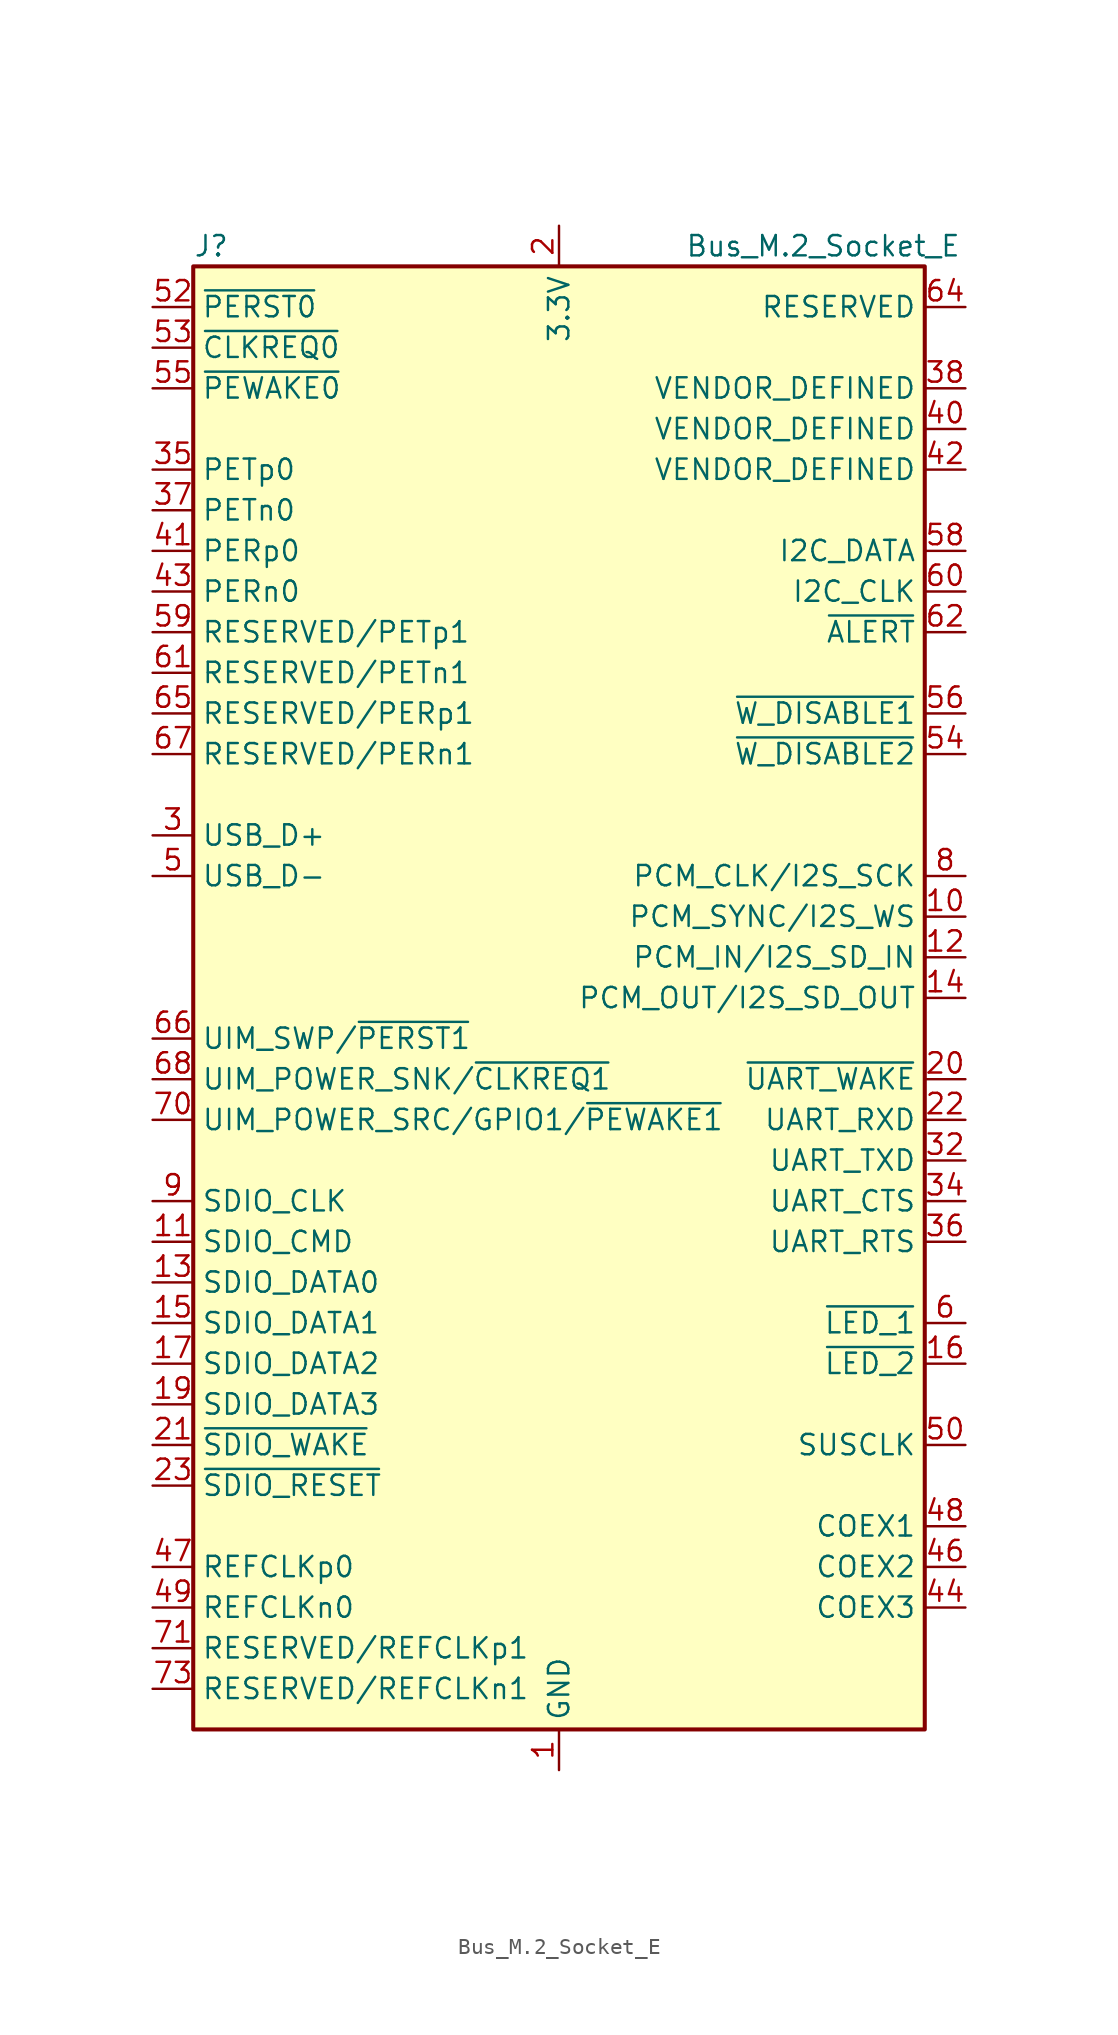
<source format=kicad_sym>
(kicad_symbol_lib
  (version 20201005)
  (generator kicad_symbol_editor)
  (symbol "Connector:Bus_M.2_Socket_E"
    (property "Reference" "J"
      (at -22.86 46.99 0)
      (effects (font (size 1.27 1.27)) (justify left)))
    (property "Value" "Bus_M.2_Socket_E"
      (at 16.51 46.99 0)
      (effects (font (size 1.27 1.27))))
    (symbol "Bus_M.2_Socket_E_0_1"
      (rectangle (start -22.86 45.72) (end 22.86 -45.72) (stroke (width 0.254)) (fill (type background))))
    (symbol "Bus_M.2_Socket_E_1_1"
      (pin power_in line (at 0 -48.26 90) (length 2.54) (name "GND" (effects (font (size 1.27 1.27)))) (number "1" (effects (font (size 1.27 1.27)))))
      (pin bidirectional line (at 25.4 5.08 180) (length 2.54) (name "PCM_SYNC/I2S_WS" (effects (font (size 1.27 1.27)))) (number "10" (effects (font (size 1.27 1.27)))))
      (pin bidirectional line (at -25.4 -15.24 0) (length 2.54) (name "SDIO_CMD" (effects (font (size 1.27 1.27)))) (number "11" (effects (font (size 1.27 1.27)))))
      (pin input line (at 25.4 2.54 180) (length 2.54) (name "PCM_IN/I2S_SD_IN" (effects (font (size 1.27 1.27)))) (number "12" (effects (font (size 1.27 1.27)))))
      (pin bidirectional line (at -25.4 -17.78 0) (length 2.54) (name "SDIO_DATA0" (effects (font (size 1.27 1.27)))) (number "13" (effects (font (size 1.27 1.27)))))
      (pin output line (at 25.4 0 180) (length 2.54) (name "PCM_OUT/I2S_SD_OUT" (effects (font (size 1.27 1.27)))) (number "14" (effects (font (size 1.27 1.27)))))
      (pin bidirectional line (at -25.4 -20.32 0) (length 2.54) (name "SDIO_DATA1" (effects (font (size 1.27 1.27)))) (number "15" (effects (font (size 1.27 1.27)))))
      (pin open_collector line (at 25.4 -22.86 180) (length 2.54) (name "~LED_2" (effects (font (size 1.27 1.27)))) (number "16" (effects (font (size 1.27 1.27)))))
      (pin bidirectional line (at -25.4 -22.86 0) (length 2.54) (name "SDIO_DATA2" (effects (font (size 1.27 1.27)))) (number "17" (effects (font (size 1.27 1.27)))))
      (pin passive line (at 0 -48.26 90) (length 2.54) hide (name "GND" (effects (font (size 1.27 1.27)))) (number "18" (effects (font (size 1.27 1.27)))))
      (pin bidirectional line (at -25.4 -25.4 0) (length 2.54) (name "SDIO_DATA3" (effects (font (size 1.27 1.27)))) (number "19" (effects (font (size 1.27 1.27)))))
      (pin power_in line (at 0 48.26 270) (length 2.54) (name "3.3V" (effects (font (size 1.27 1.27)))) (number "2" (effects (font (size 1.27 1.27)))))
      (pin input line (at 25.4 -5.08 180) (length 2.54) (name "~UART_WAKE" (effects (font (size 1.27 1.27)))) (number "20" (effects (font (size 1.27 1.27)))))
      (pin input line (at -25.4 -27.94 0) (length 2.54) (name "~SDIO_WAKE" (effects (font (size 1.27 1.27)))) (number "21" (effects (font (size 1.27 1.27)))))
      (pin input line (at 25.4 -7.62 180) (length 2.54) (name "UART_RXD" (effects (font (size 1.27 1.27)))) (number "22" (effects (font (size 1.27 1.27)))))
      (pin output line (at -25.4 -30.48 0) (length 2.54) (name "~SDIO_RESET" (effects (font (size 1.27 1.27)))) (number "23" (effects (font (size 1.27 1.27)))))
      (pin bidirectional line (at -25.4 10.16 0) (length 2.54) (name "USB_D+" (effects (font (size 1.27 1.27)))) (number "3" (effects (font (size 1.27 1.27)))))
      (pin output line (at 25.4 -10.16 180) (length 2.54) (name "UART_TXD" (effects (font (size 1.27 1.27)))) (number "32" (effects (font (size 1.27 1.27)))))
      (pin passive line (at 0 -48.26 90) (length 2.54) hide (name "GND" (effects (font (size 1.27 1.27)))) (number "33" (effects (font (size 1.27 1.27)))))
      (pin input line (at 25.4 -12.7 180) (length 2.54) (name "UART_CTS" (effects (font (size 1.27 1.27)))) (number "34" (effects (font (size 1.27 1.27)))))
      (pin output line (at -25.4 33.02 0) (length 2.54) (name "PETp0" (effects (font (size 1.27 1.27)))) (number "35" (effects (font (size 1.27 1.27)))))
      (pin output line (at 25.4 -15.24 180) (length 2.54) (name "UART_RTS" (effects (font (size 1.27 1.27)))) (number "36" (effects (font (size 1.27 1.27)))))
      (pin output line (at -25.4 30.48 0) (length 2.54) (name "PETn0" (effects (font (size 1.27 1.27)))) (number "37" (effects (font (size 1.27 1.27)))))
      (pin passive line (at 25.4 38.1 180) (length 2.54) (name "VENDOR_DEFINED" (effects (font (size 1.27 1.27)))) (number "38" (effects (font (size 1.27 1.27)))))
      (pin passive line (at 0 -48.26 90) (length 2.54) hide (name "GND" (effects (font (size 1.27 1.27)))) (number "39" (effects (font (size 1.27 1.27)))))
      (pin passive line (at 0 48.26 270) (length 2.54) hide (name "3.3V" (effects (font (size 1.27 1.27)))) (number "4" (effects (font (size 1.27 1.27)))))
      (pin passive line (at 25.4 35.56 180) (length 2.54) (name "VENDOR_DEFINED" (effects (font (size 1.27 1.27)))) (number "40" (effects (font (size 1.27 1.27)))))
      (pin input line (at -25.4 27.94 0) (length 2.54) (name "PERp0" (effects (font (size 1.27 1.27)))) (number "41" (effects (font (size 1.27 1.27)))))
      (pin passive line (at 25.4 33.02 180) (length 2.54) (name "VENDOR_DEFINED" (effects (font (size 1.27 1.27)))) (number "42" (effects (font (size 1.27 1.27)))))
      (pin input line (at -25.4 25.4 0) (length 2.54) (name "PERn0" (effects (font (size 1.27 1.27)))) (number "43" (effects (font (size 1.27 1.27)))))
      (pin bidirectional line (at 25.4 -38.1 180) (length 2.54) (name "COEX3" (effects (font (size 1.27 1.27)))) (number "44" (effects (font (size 1.27 1.27)))))
      (pin passive line (at 0 -48.26 90) (length 2.54) hide (name "GND" (effects (font (size 1.27 1.27)))) (number "45" (effects (font (size 1.27 1.27)))))
      (pin bidirectional line (at 25.4 -35.56 180) (length 2.54) (name "COEX2" (effects (font (size 1.27 1.27)))) (number "46" (effects (font (size 1.27 1.27)))))
      (pin output line (at -25.4 -35.56 0) (length 2.54) (name "REFCLKp0" (effects (font (size 1.27 1.27)))) (number "47" (effects (font (size 1.27 1.27)))))
      (pin bidirectional line (at 25.4 -33.02 180) (length 2.54) (name "COEX1" (effects (font (size 1.27 1.27)))) (number "48" (effects (font (size 1.27 1.27)))))
      (pin output line (at -25.4 -38.1 0) (length 2.54) (name "REFCLKn0" (effects (font (size 1.27 1.27)))) (number "49" (effects (font (size 1.27 1.27)))))
      (pin bidirectional line (at -25.4 7.62 0) (length 2.54) (name "USB_D-" (effects (font (size 1.27 1.27)))) (number "5" (effects (font (size 1.27 1.27)))))
      (pin output line (at 25.4 -27.94 180) (length 2.54) (name "SUSCLK" (effects (font (size 1.27 1.27)))) (number "50" (effects (font (size 1.27 1.27)))))
      (pin passive line (at 0 -48.26 90) (length 2.54) hide (name "GND" (effects (font (size 1.27 1.27)))) (number "51" (effects (font (size 1.27 1.27)))))
      (pin output line (at -25.4 43.18 0) (length 2.54) (name "~PERST0" (effects (font (size 1.27 1.27)))) (number "52" (effects (font (size 1.27 1.27)))))
      (pin bidirectional line (at -25.4 40.64 0) (length 2.54) (name "~CLKREQ0" (effects (font (size 1.27 1.27)))) (number "53" (effects (font (size 1.27 1.27)))))
      (pin output line (at 25.4 15.24 180) (length 2.54) (name "~W_DISABLE2" (effects (font (size 1.27 1.27)))) (number "54" (effects (font (size 1.27 1.27)))))
      (pin bidirectional line (at -25.4 38.1 0) (length 2.54) (name "~PEWAKE0" (effects (font (size 1.27 1.27)))) (number "55" (effects (font (size 1.27 1.27)))))
      (pin output line (at 25.4 17.78 180) (length 2.54) (name "~W_DISABLE1" (effects (font (size 1.27 1.27)))) (number "56" (effects (font (size 1.27 1.27)))))
      (pin passive line (at 0 -48.26 90) (length 2.54) hide (name "GND" (effects (font (size 1.27 1.27)))) (number "57" (effects (font (size 1.27 1.27)))))
      (pin bidirectional line (at 25.4 27.94 180) (length 2.54) (name "I2C_DATA" (effects (font (size 1.27 1.27)))) (number "58" (effects (font (size 1.27 1.27)))))
      (pin output line (at -25.4 22.86 0) (length 2.54) (name "RESERVED/PETp1" (effects (font (size 1.27 1.27)))) (number "59" (effects (font (size 1.27 1.27)))))
      (pin open_collector line (at 25.4 -20.32 180) (length 2.54) (name "~LED_1" (effects (font (size 1.27 1.27)))) (number "6" (effects (font (size 1.27 1.27)))))
      (pin output line (at 25.4 25.4 180) (length 2.54) (name "I2C_CLK" (effects (font (size 1.27 1.27)))) (number "60" (effects (font (size 1.27 1.27)))))
      (pin output line (at -25.4 20.32 0) (length 2.54) (name "RESERVED/PETn1" (effects (font (size 1.27 1.27)))) (number "61" (effects (font (size 1.27 1.27)))))
      (pin input line (at 25.4 22.86 180) (length 2.54) (name "~ALERT" (effects (font (size 1.27 1.27)))) (number "62" (effects (font (size 1.27 1.27)))))
      (pin passive line (at 0 -48.26 90) (length 2.54) hide (name "GND" (effects (font (size 1.27 1.27)))) (number "63" (effects (font (size 1.27 1.27)))))
      (pin passive line (at 25.4 43.18 180) (length 2.54) (name "RESERVED" (effects (font (size 1.27 1.27)))) (number "64" (effects (font (size 1.27 1.27)))))
      (pin input line (at -25.4 17.78 0) (length 2.54) (name "RESERVED/PERp1" (effects (font (size 1.27 1.27)))) (number "65" (effects (font (size 1.27 1.27)))))
      (pin output line (at -25.4 -2.54 0) (length 2.54) (name "UIM_SWP/~PERST1" (effects (font (size 1.27 1.27)))) (number "66" (effects (font (size 1.27 1.27)))))
      (pin input line (at -25.4 15.24 0) (length 2.54) (name "RESERVED/PERn1" (effects (font (size 1.27 1.27)))) (number "67" (effects (font (size 1.27 1.27)))))
      (pin bidirectional line (at -25.4 -5.08 0) (length 2.54) (name "UIM_POWER_SNK/~CLKREQ1" (effects (font (size 1.27 1.27)))) (number "68" (effects (font (size 1.27 1.27)))))
      (pin passive line (at 0 -48.26 90) (length 2.54) hide (name "GND" (effects (font (size 1.27 1.27)))) (number "69" (effects (font (size 1.27 1.27)))))
      (pin passive line (at 0 -48.26 90) (length 2.54) hide (name "GND" (effects (font (size 1.27 1.27)))) (number "7" (effects (font (size 1.27 1.27)))))
      (pin bidirectional line (at -25.4 -7.62 0) (length 2.54) (name "UIM_POWER_SRC/GPIO1/~PEWAKE1" (effects (font (size 1.27 1.27)))) (number "70" (effects (font (size 1.27 1.27)))))
      (pin output line (at -25.4 -40.64 0) (length 2.54) (name "RESERVED/REFCLKp1" (effects (font (size 1.27 1.27)))) (number "71" (effects (font (size 1.27 1.27)))))
      (pin passive line (at 0 48.26 270) (length 2.54) hide (name "3.3V" (effects (font (size 1.27 1.27)))) (number "72" (effects (font (size 1.27 1.27)))))
      (pin output line (at -25.4 -43.18 0) (length 2.54) (name "RESERVED/REFCLKn1" (effects (font (size 1.27 1.27)))) (number "73" (effects (font (size 1.27 1.27)))))
      (pin passive line (at 0 48.26 270) (length 2.54) hide (name "3.3V" (effects (font (size 1.27 1.27)))) (number "74" (effects (font (size 1.27 1.27)))))
      (pin passive line (at 0 -48.26 90) (length 2.54) hide (name "GND" (effects (font (size 1.27 1.27)))) (number "75" (effects (font (size 1.27 1.27)))))
      (pin bidirectional line (at 25.4 7.62 180) (length 2.54) (name "PCM_CLK/I2S_SCK" (effects (font (size 1.27 1.27)))) (number "8" (effects (font (size 1.27 1.27)))))
      (pin output line (at -25.4 -12.7 0) (length 2.54) (name "SDIO_CLK" (effects (font (size 1.27 1.27)))) (number "9" (effects (font (size 1.27 1.27))))))))
</source>
